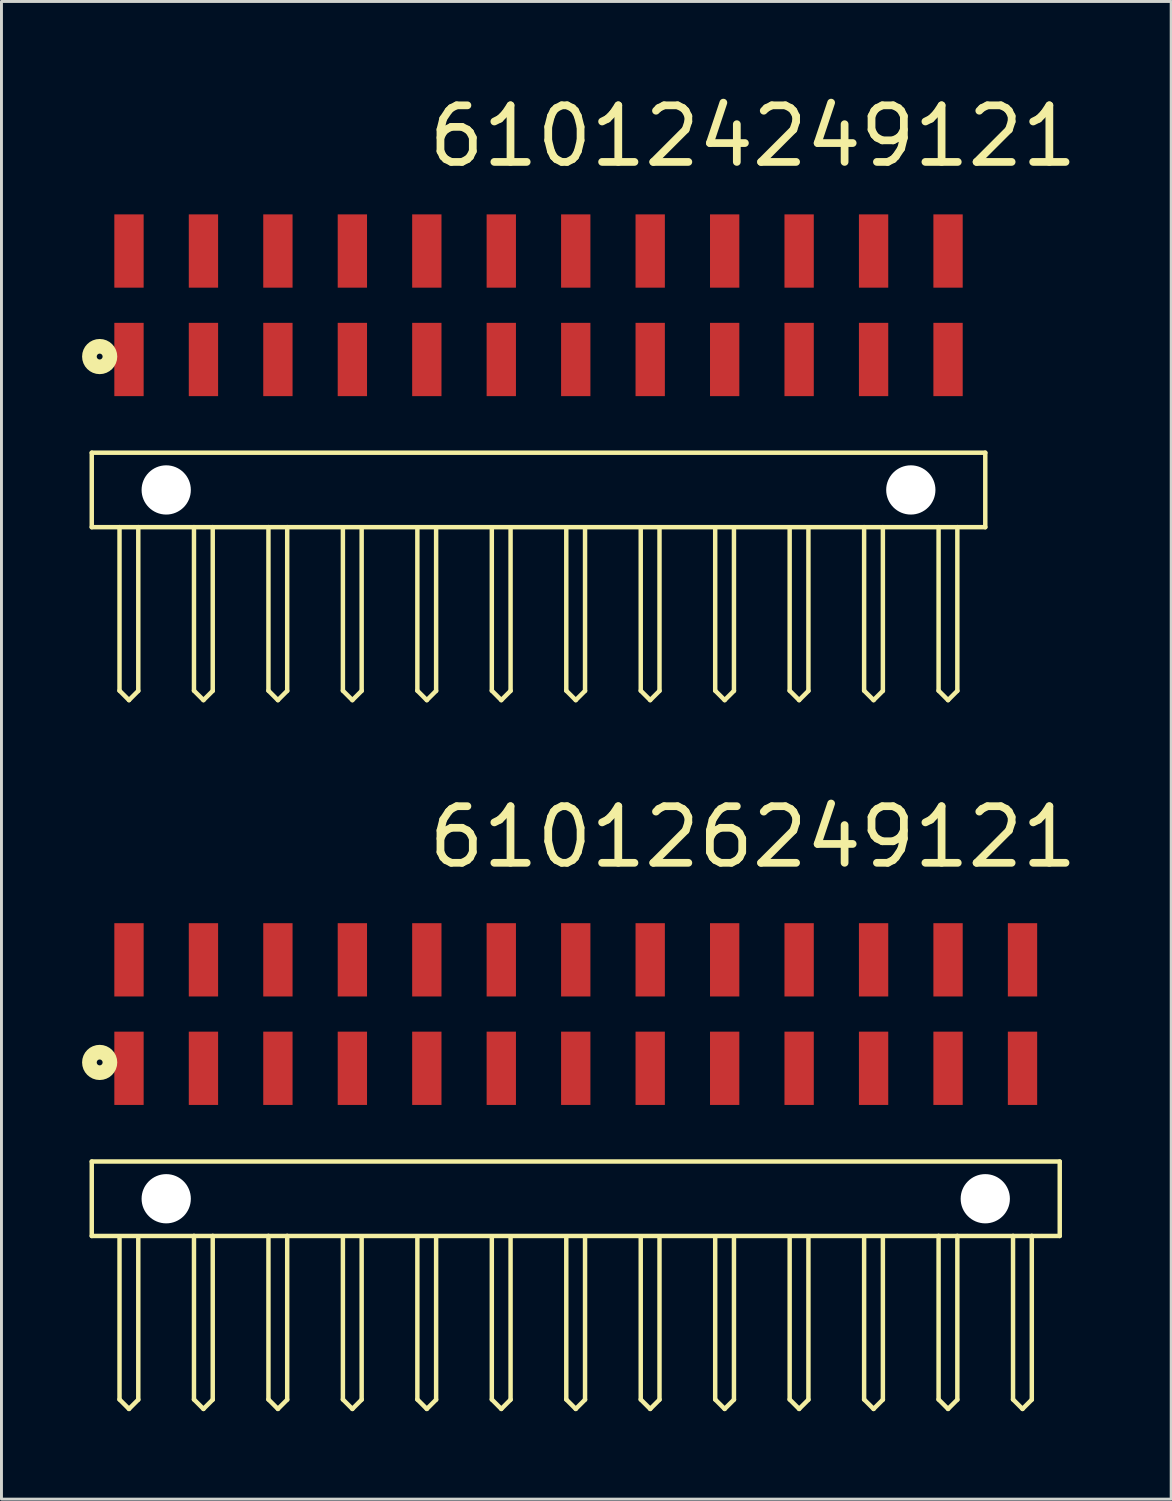
<source format=kicad_pcb>
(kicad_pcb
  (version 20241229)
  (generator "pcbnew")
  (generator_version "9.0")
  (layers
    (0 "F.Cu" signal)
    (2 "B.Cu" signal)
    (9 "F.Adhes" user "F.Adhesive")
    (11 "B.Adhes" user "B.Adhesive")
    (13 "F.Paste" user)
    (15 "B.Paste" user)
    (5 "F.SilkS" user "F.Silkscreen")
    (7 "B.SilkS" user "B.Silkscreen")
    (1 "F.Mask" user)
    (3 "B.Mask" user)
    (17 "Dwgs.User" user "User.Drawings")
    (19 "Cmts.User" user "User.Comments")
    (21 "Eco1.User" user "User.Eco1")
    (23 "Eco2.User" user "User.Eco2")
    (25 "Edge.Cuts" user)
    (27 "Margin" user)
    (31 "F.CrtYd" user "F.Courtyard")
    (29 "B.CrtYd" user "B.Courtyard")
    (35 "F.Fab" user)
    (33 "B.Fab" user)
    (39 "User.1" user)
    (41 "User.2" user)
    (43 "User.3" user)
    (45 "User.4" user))
  (footprint "610126249121"
    (layer "F.Cu")
    (at 16.59 37.842)
    (property "Reference" "610126249121" (at -5.156 -11.21 0) (layer "F.SilkS") (effects (font (size 1.93 1.93) (thickness 0.264)) (justify left bottom)))
    (attr through_hole)
    (fp_line (start -16.51 -1.27) (end -16.51 1.27) (stroke (width 0.152) (type solid)) (layer "F.SilkS"))
    (fp_line (start -15.563 1.28) (end -15.563 6.847) (stroke (width 0.152) (type solid)) (layer "F.SilkS"))
    (fp_line (start -15.24 7.17) (end -15.563 6.847) (stroke (width 0.152) (type solid)) (layer "F.SilkS"))
    (fp_line (start -14.923 1.28) (end -14.923 6.853) (stroke (width 0.152) (type solid)) (layer "F.SilkS"))
    (fp_line (start -14.923 6.853) (end -15.24 7.17) (stroke (width 0.152) (type solid)) (layer "F.SilkS"))
    (fp_line (start -13.023 1.27) (end -16.51 1.27) (stroke (width 0.152) (type solid)) (layer "F.SilkS"))
    (fp_line (start -13.023 1.27) (end -13.023 6.847) (stroke (width 0.152) (type solid)) (layer "F.SilkS"))
    (fp_line (start -12.7 7.17) (end -13.023 6.847) (stroke (width 0.152) (type solid)) (layer "F.SilkS"))
    (fp_line (start -12.383 1.27) (end -13.023 1.27) (stroke (width 0.152) (type solid)) (layer "F.SilkS"))
    (fp_line (start -12.383 1.27) (end -12.383 6.853) (stroke (width 0.152) (type solid)) (layer "F.SilkS"))
    (fp_line (start -12.383 6.853) (end -12.7 7.17) (stroke (width 0.152) (type solid)) (layer "F.SilkS"))
    (fp_line (start -10.483 1.27) (end -12.383 1.27) (stroke (width 0.152) (type solid)) (layer "F.SilkS"))
    (fp_line (start -10.483 1.27) (end -10.483 6.847) (stroke (width 0.152) (type solid)) (layer "F.SilkS"))
    (fp_line (start -10.16 7.17) (end -10.483 6.847) (stroke (width 0.152) (type solid)) (layer "F.SilkS"))
    (fp_line (start -9.843 1.27) (end -10.483 1.27) (stroke (width 0.152) (type solid)) (layer "F.SilkS"))
    (fp_line (start -9.843 1.27) (end -9.843 6.853) (stroke (width 0.152) (type solid)) (layer "F.SilkS"))
    (fp_line (start -9.843 6.853) (end -10.16 7.17) (stroke (width 0.152) (type solid)) (layer "F.SilkS"))
    (fp_line (start -7.943 1.28) (end -7.943 6.847) (stroke (width 0.152) (type solid)) (layer "F.SilkS"))
    (fp_line (start -7.62 7.17) (end -7.943 6.847) (stroke (width 0.152) (type solid)) (layer "F.SilkS"))
    (fp_line (start -7.303 1.28) (end -7.303 6.853) (stroke (width 0.152) (type solid)) (layer "F.SilkS"))
    (fp_line (start -7.303 6.853) (end -7.62 7.17) (stroke (width 0.152) (type solid)) (layer "F.SilkS"))
    (fp_line (start -5.403 1.28) (end -5.403 6.847) (stroke (width 0.152) (type solid)) (layer "F.SilkS"))
    (fp_line (start -5.08 7.17) (end -5.403 6.847) (stroke (width 0.152) (type solid)) (layer "F.SilkS"))
    (fp_line (start -4.763 1.28) (end -4.763 6.853) (stroke (width 0.152) (type solid)) (layer "F.SilkS"))
    (fp_line (start -4.763 6.853) (end -5.08 7.17) (stroke (width 0.152) (type solid)) (layer "F.SilkS"))
    (fp_line (start -2.863 1.28) (end -2.863 6.847) (stroke (width 0.152) (type solid)) (layer "F.SilkS"))
    (fp_line (start -2.54 7.17) (end -2.863 6.847) (stroke (width 0.152) (type solid)) (layer "F.SilkS"))
    (fp_line (start -2.223 1.28) (end -2.223 6.853) (stroke (width 0.152) (type solid)) (layer "F.SilkS"))
    (fp_line (start -2.223 6.853) (end -2.54 7.17) (stroke (width 0.152) (type solid)) (layer "F.SilkS"))
    (fp_line (start -0.323 1.28) (end -0.323 6.847) (stroke (width 0.152) (type solid)) (layer "F.SilkS"))
    (fp_line (start 0 7.17) (end -0.323 6.847) (stroke (width 0.152) (type solid)) (layer "F.SilkS"))
    (fp_line (start 0.317 1.28) (end 0.317 6.853) (stroke (width 0.152) (type solid)) (layer "F.SilkS"))
    (fp_line (start 0.317 6.853) (end 0 7.17) (stroke (width 0.152) (type solid)) (layer "F.SilkS"))
    (fp_line (start 2.217 1.28) (end 2.217 6.847) (stroke (width 0.152) (type solid)) (layer "F.SilkS"))
    (fp_line (start 2.54 7.17) (end 2.217 6.847) (stroke (width 0.152) (type solid)) (layer "F.SilkS"))
    (fp_line (start 2.857 1.28) (end 2.857 6.853) (stroke (width 0.152) (type solid)) (layer "F.SilkS"))
    (fp_line (start 2.857 6.853) (end 2.54 7.17) (stroke (width 0.152) (type solid)) (layer "F.SilkS"))
    (fp_line (start 4.757 1.28) (end 4.757 6.847) (stroke (width 0.152) (type solid)) (layer "F.SilkS"))
    (fp_line (start 5.08 7.17) (end 4.757 6.847) (stroke (width 0.152) (type solid)) (layer "F.SilkS"))
    (fp_line (start 5.397 1.28) (end 5.397 6.853) (stroke (width 0.152) (type solid)) (layer "F.SilkS"))
    (fp_line (start 5.397 6.853) (end 5.08 7.17) (stroke (width 0.152) (type solid)) (layer "F.SilkS"))
    (fp_line (start 7.297 1.28) (end 7.297 6.847) (stroke (width 0.152) (type solid)) (layer "F.SilkS"))
    (fp_line (start 7.62 7.17) (end 7.297 6.847) (stroke (width 0.152) (type solid)) (layer "F.SilkS"))
    (fp_line (start 7.937 1.28) (end 7.937 6.853) (stroke (width 0.152) (type solid)) (layer "F.SilkS"))
    (fp_line (start 7.937 6.853) (end 7.62 7.17) (stroke (width 0.152) (type solid)) (layer "F.SilkS"))
    (fp_line (start 9.837 1.28) (end 9.837 6.847) (stroke (width 0.152) (type solid)) (layer "F.SilkS"))
    (fp_line (start 10.16 7.17) (end 9.837 6.847) (stroke (width 0.152) (type solid)) (layer "F.SilkS"))
    (fp_line (start 10.477 1.28) (end 10.477 6.853) (stroke (width 0.152) (type solid)) (layer "F.SilkS"))
    (fp_line (start 10.477 6.853) (end 10.16 7.17) (stroke (width 0.152) (type solid)) (layer "F.SilkS"))
    (fp_line (start 12.377 1.27) (end -9.843 1.27) (stroke (width 0.152) (type solid)) (layer "F.SilkS"))
    (fp_line (start 12.377 1.27) (end 12.377 6.847) (stroke (width 0.152) (type solid)) (layer "F.SilkS"))
    (fp_line (start 12.7 7.17) (end 12.377 6.847) (stroke (width 0.152) (type solid)) (layer "F.SilkS"))
    (fp_line (start 13.017 1.27) (end 12.377 1.27) (stroke (width 0.152) (type solid)) (layer "F.SilkS"))
    (fp_line (start 13.017 1.27) (end 13.017 6.853) (stroke (width 0.152) (type solid)) (layer "F.SilkS"))
    (fp_line (start 13.017 6.853) (end 12.7 7.17) (stroke (width 0.152) (type solid)) (layer "F.SilkS"))
    (fp_line (start 14.917 1.27) (end 13.017 1.27) (stroke (width 0.152) (type solid)) (layer "F.SilkS"))
    (fp_line (start 14.917 1.27) (end 14.917 6.847) (stroke (width 0.152) (type solid)) (layer "F.SilkS"))
    (fp_line (start 15.24 7.17) (end 14.917 6.847) (stroke (width 0.152) (type solid)) (layer "F.SilkS"))
    (fp_line (start 15.557 1.27) (end 14.917 1.27) (stroke (width 0.152) (type solid)) (layer "F.SilkS"))
    (fp_line (start 15.557 1.27) (end 15.557 6.853) (stroke (width 0.152) (type solid)) (layer "F.SilkS"))
    (fp_line (start 15.557 6.853) (end 15.24 7.17) (stroke (width 0.152) (type solid)) (layer "F.SilkS"))
    (fp_line (start 16.51 -1.27) (end -16.51 -1.27) (stroke (width 0.152) (type solid)) (layer "F.SilkS"))
    (fp_line (start 16.51 -1.27) (end 16.51 1.27) (stroke (width 0.152) (type solid)) (layer "F.SilkS"))
    (fp_line (start 16.51 1.27) (end 15.557 1.27) (stroke (width 0.152) (type solid)) (layer "F.SilkS"))
    (fp_circle (center -16.24 -4.65) (end -16.14 -4.65) (stroke (width 0.5) (type solid)) (fill no) (layer "F.SilkS"))
    (pad "" np_thru_hole circle (at -13.97 0) (size 1.68 1.68) (drill 1.68) (layers "*.Cu"))
    (pad "" np_thru_hole circle (at 13.97 0) (size 1.68 1.68) (drill 1.68) (layers "*.Cu"))
    (pad "1" smd rect (at -15.24 -4.45) (size 1 2.5) (layers "F.Cu" "F.Mask" "F.Paste"))
    (pad "2" smd rect (at -12.7 -4.45) (size 1 2.5) (layers "F.Cu" "F.Mask" "F.Paste"))
    (pad "3" smd rect (at -10.16 -4.45) (size 1 2.5) (layers "F.Cu" "F.Mask" "F.Paste"))
    (pad "4" smd rect (at -7.62 -4.45) (size 1 2.5) (layers "F.Cu" "F.Mask" "F.Paste"))
    (pad "5" smd rect (at -5.08 -4.45) (size 1 2.5) (layers "F.Cu" "F.Mask" "F.Paste"))
    (pad "6" smd rect (at -2.54 -4.45) (size 1 2.5) (layers "F.Cu" "F.Mask" "F.Paste"))
    (pad "7" smd rect (at 0 -4.45) (size 1 2.5) (layers "F.Cu" "F.Mask" "F.Paste"))
    (pad "8" smd rect (at 2.54 -4.45) (size 1 2.5) (layers "F.Cu" "F.Mask" "F.Paste"))
    (pad "9" smd rect (at 5.08 -4.45) (size 1 2.5) (layers "F.Cu" "F.Mask" "F.Paste"))
    (pad "10" smd rect (at 7.62 -4.45) (size 1 2.5) (layers "F.Cu" "F.Mask" "F.Paste"))
    (pad "11" smd rect (at 10.16 -4.45) (size 1 2.5) (layers "F.Cu" "F.Mask" "F.Paste"))
    (pad "12" smd rect (at 12.7 -4.45) (size 1 2.5) (layers "F.Cu" "F.Mask" "F.Paste"))
    (pad "13" smd rect (at 15.24 -4.45) (size 1 2.5) (layers "F.Cu" "F.Mask" "F.Paste"))
    (pad "14" smd rect (at 15.24 -8.15) (size 1 2.5) (layers "F.Cu" "F.Mask" "F.Paste"))
    (pad "15" smd rect (at 12.7 -8.15) (size 1 2.5) (layers "F.Cu" "F.Mask" "F.Paste"))
    (pad "16" smd rect (at 10.16 -8.15) (size 1 2.5) (layers "F.Cu" "F.Mask" "F.Paste"))
    (pad "17" smd rect (at 7.62 -8.15) (size 1 2.5) (layers "F.Cu" "F.Mask" "F.Paste"))
    (pad "18" smd rect (at 5.08 -8.15) (size 1 2.5) (layers "F.Cu" "F.Mask" "F.Paste"))
    (pad "19" smd rect (at 2.54 -8.15) (size 1 2.5) (layers "F.Cu" "F.Mask" "F.Paste"))
    (pad "20" smd rect (at 0 -8.15) (size 1 2.5) (layers "F.Cu" "F.Mask" "F.Paste"))
    (pad "21" smd rect (at -2.54 -8.15) (size 1 2.5) (layers "F.Cu" "F.Mask" "F.Paste"))
    (pad "22" smd rect (at -5.08 -8.15) (size 1 2.5) (layers "F.Cu" "F.Mask" "F.Paste"))
    (pad "23" smd rect (at -7.62 -8.15) (size 1 2.5) (layers "F.Cu" "F.Mask" "F.Paste"))
    (pad "24" smd rect (at -10.16 -8.15) (size 1 2.5) (layers "F.Cu" "F.Mask" "F.Paste"))
    (pad "25" smd rect (at -12.7 -8.15) (size 1 2.5) (layers "F.Cu" "F.Mask" "F.Paste"))
    (pad "26" smd rect (at -15.24 -8.15) (size 1 2.5) (layers "F.Cu" "F.Mask" "F.Paste")))
  (footprint "610124249121"
    (layer "F.Cu")
    (at 15.32 13.663)
    (property "Reference" "610124249121" (at -3.886 -10.94 0) (layer "F.SilkS") (effects (font (size 1.93 1.93) (thickness 0.264)) (justify left bottom)))
    (attr through_hole)
    (fp_line (start -15.24 -1.27) (end -15.24 1.27) (stroke (width 0.152) (type solid)) (layer "F.SilkS"))
    (fp_line (start -14.293 1.27) (end -15.24 1.27) (stroke (width 0.152) (type solid)) (layer "F.SilkS"))
    (fp_line (start -14.293 1.27) (end -14.293 6.847) (stroke (width 0.152) (type solid)) (layer "F.SilkS"))
    (fp_line (start -13.97 7.17) (end -14.293 6.847) (stroke (width 0.152) (type solid)) (layer "F.SilkS"))
    (fp_line (start -13.653 1.27) (end -14.293 1.27) (stroke (width 0.152) (type solid)) (layer "F.SilkS"))
    (fp_line (start -13.653 1.27) (end -13.653 6.853) (stroke (width 0.152) (type solid)) (layer "F.SilkS"))
    (fp_line (start -13.653 6.853) (end -13.97 7.17) (stroke (width 0.152) (type solid)) (layer "F.SilkS"))
    (fp_line (start -11.753 1.27) (end -13.653 1.27) (stroke (width 0.152) (type solid)) (layer "F.SilkS"))
    (fp_line (start -11.753 1.27) (end -11.753 6.847) (stroke (width 0.152) (type solid)) (layer "F.SilkS"))
    (fp_line (start -11.43 7.17) (end -11.753 6.847) (stroke (width 0.152) (type solid)) (layer "F.SilkS"))
    (fp_line (start -11.113 1.27) (end -11.753 1.27) (stroke (width 0.152) (type solid)) (layer "F.SilkS"))
    (fp_line (start -11.113 1.27) (end -11.113 6.853) (stroke (width 0.152) (type solid)) (layer "F.SilkS"))
    (fp_line (start -11.113 6.853) (end -11.43 7.17) (stroke (width 0.152) (type solid)) (layer "F.SilkS"))
    (fp_line (start -9.213 1.27) (end -11.113 1.27) (stroke (width 0.152) (type solid)) (layer "F.SilkS"))
    (fp_line (start -9.213 1.27) (end -9.213 6.847) (stroke (width 0.152) (type solid)) (layer "F.SilkS"))
    (fp_line (start -8.89 7.17) (end -9.213 6.847) (stroke (width 0.152) (type solid)) (layer "F.SilkS"))
    (fp_line (start -8.573 1.27) (end -9.213 1.27) (stroke (width 0.152) (type solid)) (layer "F.SilkS"))
    (fp_line (start -8.573 1.27) (end -8.573 6.853) (stroke (width 0.152) (type solid)) (layer "F.SilkS"))
    (fp_line (start -8.573 6.853) (end -8.89 7.17) (stroke (width 0.152) (type solid)) (layer "F.SilkS"))
    (fp_line (start -6.673 1.28) (end -6.673 6.847) (stroke (width 0.152) (type solid)) (layer "F.SilkS"))
    (fp_line (start -6.35 7.17) (end -6.673 6.847) (stroke (width 0.152) (type solid)) (layer "F.SilkS"))
    (fp_line (start -6.033 1.28) (end -6.033 6.853) (stroke (width 0.152) (type solid)) (layer "F.SilkS"))
    (fp_line (start -6.033 6.853) (end -6.35 7.17) (stroke (width 0.152) (type solid)) (layer "F.SilkS"))
    (fp_line (start -4.133 1.28) (end -4.133 6.847) (stroke (width 0.152) (type solid)) (layer "F.SilkS"))
    (fp_line (start -3.81 7.17) (end -4.133 6.847) (stroke (width 0.152) (type solid)) (layer "F.SilkS"))
    (fp_line (start -3.493 1.28) (end -3.493 6.853) (stroke (width 0.152) (type solid)) (layer "F.SilkS"))
    (fp_line (start -3.493 6.853) (end -3.81 7.17) (stroke (width 0.152) (type solid)) (layer "F.SilkS"))
    (fp_line (start -1.593 1.28) (end -1.593 6.847) (stroke (width 0.152) (type solid)) (layer "F.SilkS"))
    (fp_line (start -1.27 7.17) (end -1.593 6.847) (stroke (width 0.152) (type solid)) (layer "F.SilkS"))
    (fp_line (start -0.953 1.28) (end -0.953 6.853) (stroke (width 0.152) (type solid)) (layer "F.SilkS"))
    (fp_line (start -0.953 6.853) (end -1.27 7.17) (stroke (width 0.152) (type solid)) (layer "F.SilkS"))
    (fp_line (start 0.947 1.28) (end 0.947 6.847) (stroke (width 0.152) (type solid)) (layer "F.SilkS"))
    (fp_line (start 1.27 7.17) (end 0.947 6.847) (stroke (width 0.152) (type solid)) (layer "F.SilkS"))
    (fp_line (start 1.587 1.28) (end 1.587 6.853) (stroke (width 0.152) (type solid)) (layer "F.SilkS"))
    (fp_line (start 1.587 6.853) (end 1.27 7.17) (stroke (width 0.152) (type solid)) (layer "F.SilkS"))
    (fp_line (start 3.487 1.28) (end 3.487 6.847) (stroke (width 0.152) (type solid)) (layer "F.SilkS"))
    (fp_line (start 3.81 7.17) (end 3.487 6.847) (stroke (width 0.152) (type solid)) (layer "F.SilkS"))
    (fp_line (start 4.127 1.28) (end 4.127 6.853) (stroke (width 0.152) (type solid)) (layer "F.SilkS"))
    (fp_line (start 4.127 6.853) (end 3.81 7.17) (stroke (width 0.152) (type solid)) (layer "F.SilkS"))
    (fp_line (start 6.027 1.28) (end 6.027 6.847) (stroke (width 0.152) (type solid)) (layer "F.SilkS"))
    (fp_line (start 6.35 7.17) (end 6.027 6.847) (stroke (width 0.152) (type solid)) (layer "F.SilkS"))
    (fp_line (start 6.667 1.28) (end 6.667 6.853) (stroke (width 0.152) (type solid)) (layer "F.SilkS"))
    (fp_line (start 6.667 6.853) (end 6.35 7.17) (stroke (width 0.152) (type solid)) (layer "F.SilkS"))
    (fp_line (start 8.567 1.28) (end 8.567 6.847) (stroke (width 0.152) (type solid)) (layer "F.SilkS"))
    (fp_line (start 8.89 7.17) (end 8.567 6.847) (stroke (width 0.152) (type solid)) (layer "F.SilkS"))
    (fp_line (start 9.207 1.28) (end 9.207 6.853) (stroke (width 0.152) (type solid)) (layer "F.SilkS"))
    (fp_line (start 9.207 6.853) (end 8.89 7.17) (stroke (width 0.152) (type solid)) (layer "F.SilkS"))
    (fp_line (start 11.107 1.27) (end -8.573 1.27) (stroke (width 0.152) (type solid)) (layer "F.SilkS"))
    (fp_line (start 11.107 1.27) (end 11.107 6.847) (stroke (width 0.152) (type solid)) (layer "F.SilkS"))
    (fp_line (start 11.43 7.17) (end 11.107 6.847) (stroke (width 0.152) (type solid)) (layer "F.SilkS"))
    (fp_line (start 11.747 1.27) (end 11.107 1.27) (stroke (width 0.152) (type solid)) (layer "F.SilkS"))
    (fp_line (start 11.747 1.27) (end 11.747 6.853) (stroke (width 0.152) (type solid)) (layer "F.SilkS"))
    (fp_line (start 11.747 6.853) (end 11.43 7.17) (stroke (width 0.152) (type solid)) (layer "F.SilkS"))
    (fp_line (start 13.647 1.27) (end 11.747 1.27) (stroke (width 0.152) (type solid)) (layer "F.SilkS"))
    (fp_line (start 13.647 1.27) (end 13.647 6.847) (stroke (width 0.152) (type solid)) (layer "F.SilkS"))
    (fp_line (start 13.97 7.17) (end 13.647 6.847) (stroke (width 0.152) (type solid)) (layer "F.SilkS"))
    (fp_line (start 14.287 1.27) (end 13.647 1.27) (stroke (width 0.152) (type solid)) (layer "F.SilkS"))
    (fp_line (start 14.287 1.27) (end 14.287 6.853) (stroke (width 0.152) (type solid)) (layer "F.SilkS"))
    (fp_line (start 14.287 6.853) (end 13.97 7.17) (stroke (width 0.152) (type solid)) (layer "F.SilkS"))
    (fp_line (start 15.24 -1.27) (end -15.24 -1.27) (stroke (width 0.152) (type solid)) (layer "F.SilkS"))
    (fp_line (start 15.24 -1.27) (end 15.24 1.27) (stroke (width 0.152) (type solid)) (layer "F.SilkS"))
    (fp_line (start 15.24 1.27) (end 14.287 1.27) (stroke (width 0.152) (type solid)) (layer "F.SilkS"))
    (fp_circle (center -14.97 -4.55) (end -14.87 -4.55) (stroke (width 0.5) (type solid)) (fill no) (layer "F.SilkS"))
    (pad "" np_thru_hole circle (at -12.7 0) (size 1.68 1.68) (drill 1.68) (layers "*.Cu"))
    (pad "" np_thru_hole circle (at 12.7 0) (size 1.68 1.68) (drill 1.68) (layers "*.Cu"))
    (pad "1" smd rect (at -13.97 -4.45) (size 1 2.5) (layers "F.Cu" "F.Mask" "F.Paste"))
    (pad "2" smd rect (at -11.43 -4.45) (size 1 2.5) (layers "F.Cu" "F.Mask" "F.Paste"))
    (pad "3" smd rect (at -8.89 -4.45) (size 1 2.5) (layers "F.Cu" "F.Mask" "F.Paste"))
    (pad "4" smd rect (at -6.35 -4.45) (size 1 2.5) (layers "F.Cu" "F.Mask" "F.Paste"))
    (pad "5" smd rect (at -3.81 -4.45) (size 1 2.5) (layers "F.Cu" "F.Mask" "F.Paste"))
    (pad "6" smd rect (at -1.27 -4.45) (size 1 2.5) (layers "F.Cu" "F.Mask" "F.Paste"))
    (pad "7" smd rect (at 1.27 -4.45) (size 1 2.5) (layers "F.Cu" "F.Mask" "F.Paste"))
    (pad "8" smd rect (at 3.81 -4.45) (size 1 2.5) (layers "F.Cu" "F.Mask" "F.Paste"))
    (pad "9" smd rect (at 6.35 -4.45) (size 1 2.5) (layers "F.Cu" "F.Mask" "F.Paste"))
    (pad "10" smd rect (at 8.89 -4.45) (size 1 2.5) (layers "F.Cu" "F.Mask" "F.Paste"))
    (pad "11" smd rect (at 11.43 -4.45) (size 1 2.5) (layers "F.Cu" "F.Mask" "F.Paste"))
    (pad "12" smd rect (at 13.97 -4.45) (size 1 2.5) (layers "F.Cu" "F.Mask" "F.Paste"))
    (pad "13" smd rect (at 13.97 -8.15) (size 1 2.5) (layers "F.Cu" "F.Mask" "F.Paste"))
    (pad "14" smd rect (at 11.43 -8.15) (size 1 2.5) (layers "F.Cu" "F.Mask" "F.Paste"))
    (pad "15" smd rect (at 8.89 -8.15) (size 1 2.5) (layers "F.Cu" "F.Mask" "F.Paste"))
    (pad "16" smd rect (at 6.35 -8.15) (size 1 2.5) (layers "F.Cu" "F.Mask" "F.Paste"))
    (pad "17" smd rect (at 3.81 -8.15) (size 1 2.5) (layers "F.Cu" "F.Mask" "F.Paste"))
    (pad "18" smd rect (at 1.27 -8.15) (size 1 2.5) (layers "F.Cu" "F.Mask" "F.Paste"))
    (pad "19" smd rect (at -1.27 -8.15) (size 1 2.5) (layers "F.Cu" "F.Mask" "F.Paste"))
    (pad "20" smd rect (at -3.81 -8.15) (size 1 2.5) (layers "F.Cu" "F.Mask" "F.Paste"))
    (pad "21" smd rect (at -6.35 -8.15) (size 1 2.5) (layers "F.Cu" "F.Mask" "F.Paste"))
    (pad "22" smd rect (at -8.89 -8.15) (size 1 2.5) (layers "F.Cu" "F.Mask" "F.Paste"))
    (pad "23" smd rect (at -11.43 -8.15) (size 1 2.5) (layers "F.Cu" "F.Mask" "F.Paste"))
    (pad "24" smd rect (at -13.97 -8.15) (size 1 2.5) (layers "F.Cu" "F.Mask" "F.Paste")))
  (gr_rect
    (start -3 -3)
    (end 36.902 48.088)
    (stroke (width 0.1) (type default))
    (fill no)
    (layer "Edge.Cuts")))
</source>
